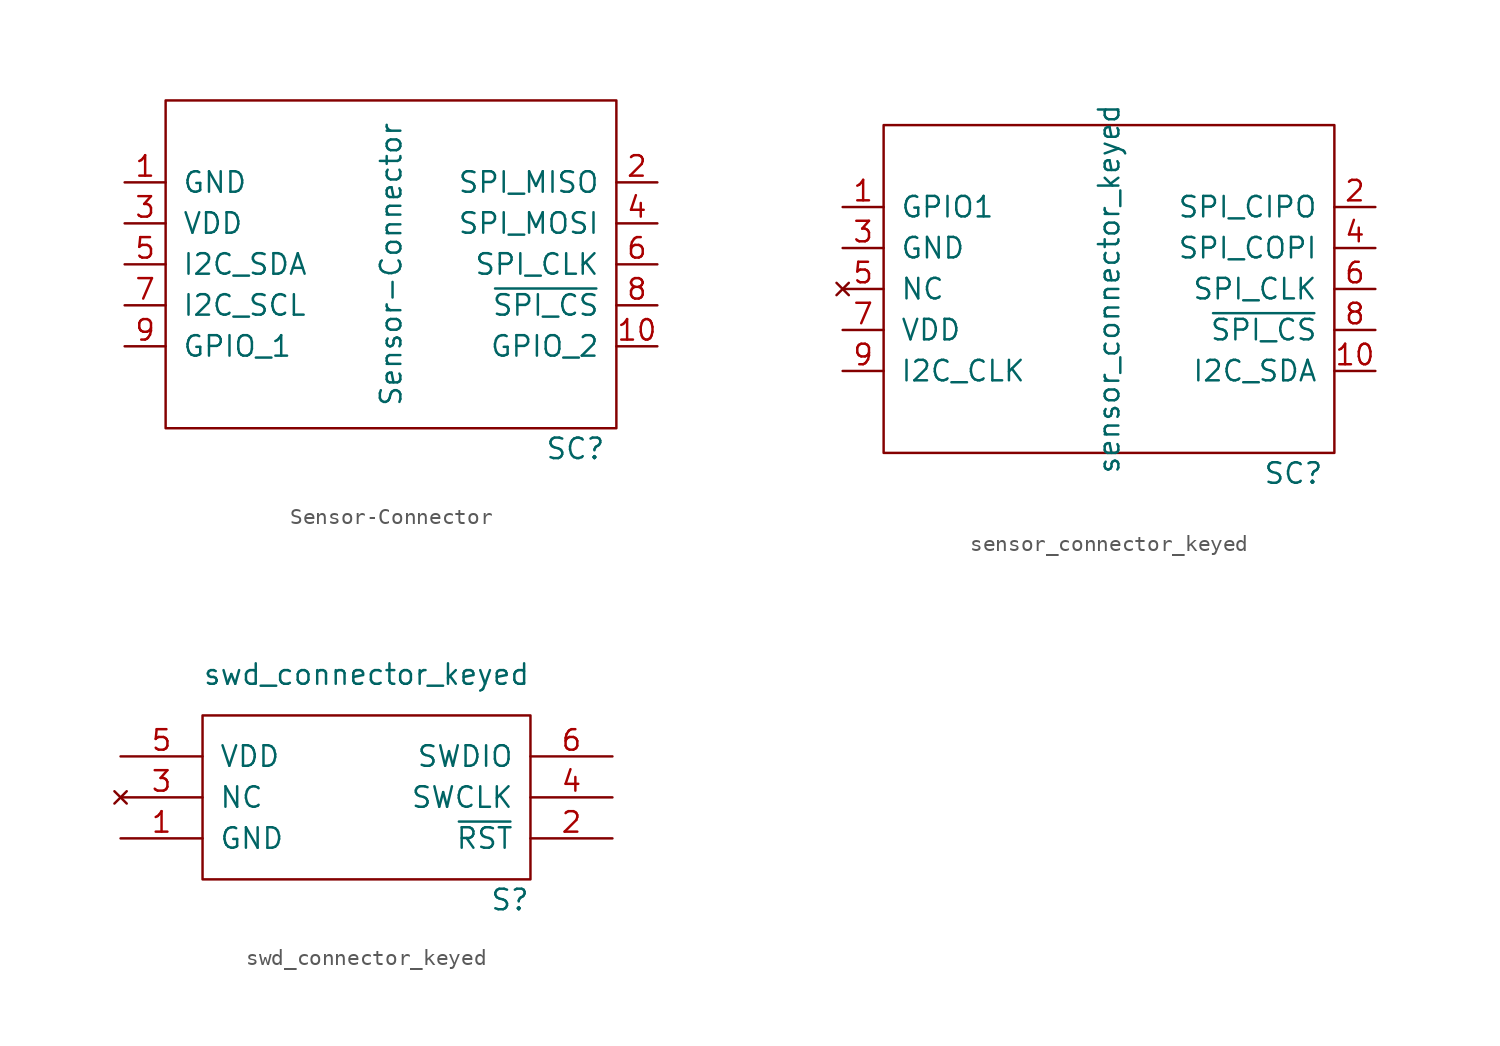
<source format=kicad_sym>
(kicad_symbol_lib
  (version 20211014)
  (generator kicad_symbol_editor)
  (symbol "Sensor-Connector"
    (pin_names
      (offset 1.016))
    (property "Reference" "SC"
      (at 11.43 -11.43 0)
      (effects (font (size 1.27 1.27))))
    (property "Value" "Sensor-Connector"
      (at 0 0 90)
      (effects (font (size 1.27 1.27))))
    (symbol "Sensor-Connector_0_1"
      (rectangle (start -13.97 10.16) (end 13.97 -10.16) (stroke (width 0) (type default) (color 0 0 0 0)) (fill (type none))))
    (symbol "Sensor-Connector_1_1"
      (pin power_in line (at -16.51 5.08 0) (length 2.54) (name "GND" (effects (font (size 1.27 1.27)))) (number "1" (effects (font (size 1.27 1.27)))))
      (pin bidirectional line (at 16.51 -5.08 180) (length 2.54) (name "GPIO_2" (effects (font (size 1.27 1.27)))) (number "10" (effects (font (size 1.27 1.27)))))
      (pin input line (at 16.51 5.08 180) (length 2.54) (name "SPI_MISO" (effects (font (size 1.27 1.27)))) (number "2" (effects (font (size 1.27 1.27)))))
      (pin power_in line (at -16.51 2.54 0) (length 2.54) (name "VDD" (effects (font (size 1.27 1.27)))) (number "3" (effects (font (size 1.27 1.27)))))
      (pin output line (at 16.51 2.54 180) (length 2.54) (name "SPI_MOSI" (effects (font (size 1.27 1.27)))) (number "4" (effects (font (size 1.27 1.27)))))
      (pin bidirectional line (at -16.51 0 0) (length 2.54) (name "I2C_SDA" (effects (font (size 1.27 1.27)))) (number "5" (effects (font (size 1.27 1.27)))))
      (pin output line (at 16.51 0 180) (length 2.54) (name "SPI_CLK" (effects (font (size 1.27 1.27)))) (number "6" (effects (font (size 1.27 1.27)))))
      (pin output line (at -16.51 -2.54 0) (length 2.54) (name "I2C_SCL" (effects (font (size 1.27 1.27)))) (number "7" (effects (font (size 1.27 1.27)))))
      (pin output line (at 16.51 -2.54 180) (length 2.54) (name "~{SPI_CS}" (effects (font (size 1.27 1.27)))) (number "8" (effects (font (size 1.27 1.27)))))
      (pin bidirectional line (at -16.51 -5.08 0) (length 2.54) (name "GPIO_1" (effects (font (size 1.27 1.27)))) (number "9" (effects (font (size 1.27 1.27)))))))
  (symbol "sensor_connector_keyed"
    (pin_names
      (offset 1.016))
    (property "Reference" "SC"
      (at 11.43 -11.43 0)
      (effects (font (size 1.27 1.27))))
    (property "Value" "sensor_connector_keyed"
      (at 0 0 90)
      (effects (font (size 1.27 1.27))))
    (symbol "sensor_connector_keyed_0_1"
      (rectangle (start -13.97 10.16) (end 13.97 -10.16) (stroke (width 0) (type default) (color 0 0 0 0)) (fill (type none))))
    (symbol "sensor_connector_keyed_1_1"
      (pin bidirectional line (at -16.51 5.08 0) (length 2.54) (name "GPIO1" (effects (font (size 1.27 1.27)))) (number "1" (effects (font (size 1.27 1.27)))))
      (pin bidirectional line (at 16.51 -5.08 180) (length 2.54) (name "I2C_SDA" (effects (font (size 1.27 1.27)))) (number "10" (effects (font (size 1.27 1.27)))))
      (pin output line (at 16.51 5.08 180) (length 2.54) (name "SPI_CIPO" (effects (font (size 1.27 1.27)))) (number "2" (effects (font (size 1.27 1.27)))))
      (pin power_in line (at -16.51 2.54 0) (length 2.54) (name "GND" (effects (font (size 1.27 1.27)))) (number "3" (effects (font (size 1.27 1.27)))))
      (pin input line (at 16.51 2.54 180) (length 2.54) (name "SPI_COPI" (effects (font (size 1.27 1.27)))) (number "4" (effects (font (size 1.27 1.27)))))
      (pin no_connect line (at -16.51 0 0) (length 2.54) (name "NC" (effects (font (size 1.27 1.27)))) (number "5" (effects (font (size 1.27 1.27)))))
      (pin input line (at 16.51 0 180) (length 2.54) (name "SPI_CLK" (effects (font (size 1.27 1.27)))) (number "6" (effects (font (size 1.27 1.27)))))
      (pin power_in line (at -16.51 -2.54 0) (length 2.54) (name "VDD" (effects (font (size 1.27 1.27)))) (number "7" (effects (font (size 1.27 1.27)))))
      (pin input line (at 16.51 -2.54 180) (length 2.54) (name "~{SPI_CS}" (effects (font (size 1.27 1.27)))) (number "8" (effects (font (size 1.27 1.27)))))
      (pin input line (at -16.51 -5.08 0) (length 2.54) (name "I2C_CLK" (effects (font (size 1.27 1.27)))) (number "9" (effects (font (size 1.27 1.27)))))))
  (symbol "swd_connector_keyed"
    (pin_names
      (offset 1.016))
    (property "Reference" "S"
      (at 8.89 -6.35 0)
      (effects (font (size 1.27 1.27))))
    (property "Value" "swd_connector_keyed"
      (at 0 7.62 0)
      (effects (font (size 1.27 1.27))))
    (symbol "swd_connector_keyed_0_0"
      (pin power_out line (at -15.24 -2.54 0) (length 5.08) (name "GND" (effects (font (size 1.27 1.27)))) (number "1" (effects (font (size 1.27 1.27)))))
      (pin output line (at 15.24 -2.54 180) (length 5.08) (name "~{RST}" (effects (font (size 1.27 1.27)))) (number "2" (effects (font (size 1.27 1.27)))))
      (pin no_connect line (at -15.24 0 0) (length 5.08) (name "NC" (effects (font (size 1.27 1.27)))) (number "3" (effects (font (size 1.27 1.27)))))
      (pin output line (at 15.24 0 180) (length 5.08) (name "SWCLK" (effects (font (size 1.27 1.27)))) (number "4" (effects (font (size 1.27 1.27)))))
      (pin power_out line (at -15.24 2.54 0) (length 5.08) (name "VDD" (effects (font (size 1.27 1.27)))) (number "5" (effects (font (size 1.27 1.27)))))
      (pin bidirectional line (at 15.24 2.54 180) (length 5.08) (name "SWDIO" (effects (font (size 1.27 1.27)))) (number "6" (effects (font (size 1.27 1.27))))))
    (symbol "swd_connector_keyed_0_1"
      (rectangle (start -10.16 5.08) (end 10.16 -5.08) (stroke (width 0) (type default) (color 0 0 0 0)) (fill (type none))))))
</source>
